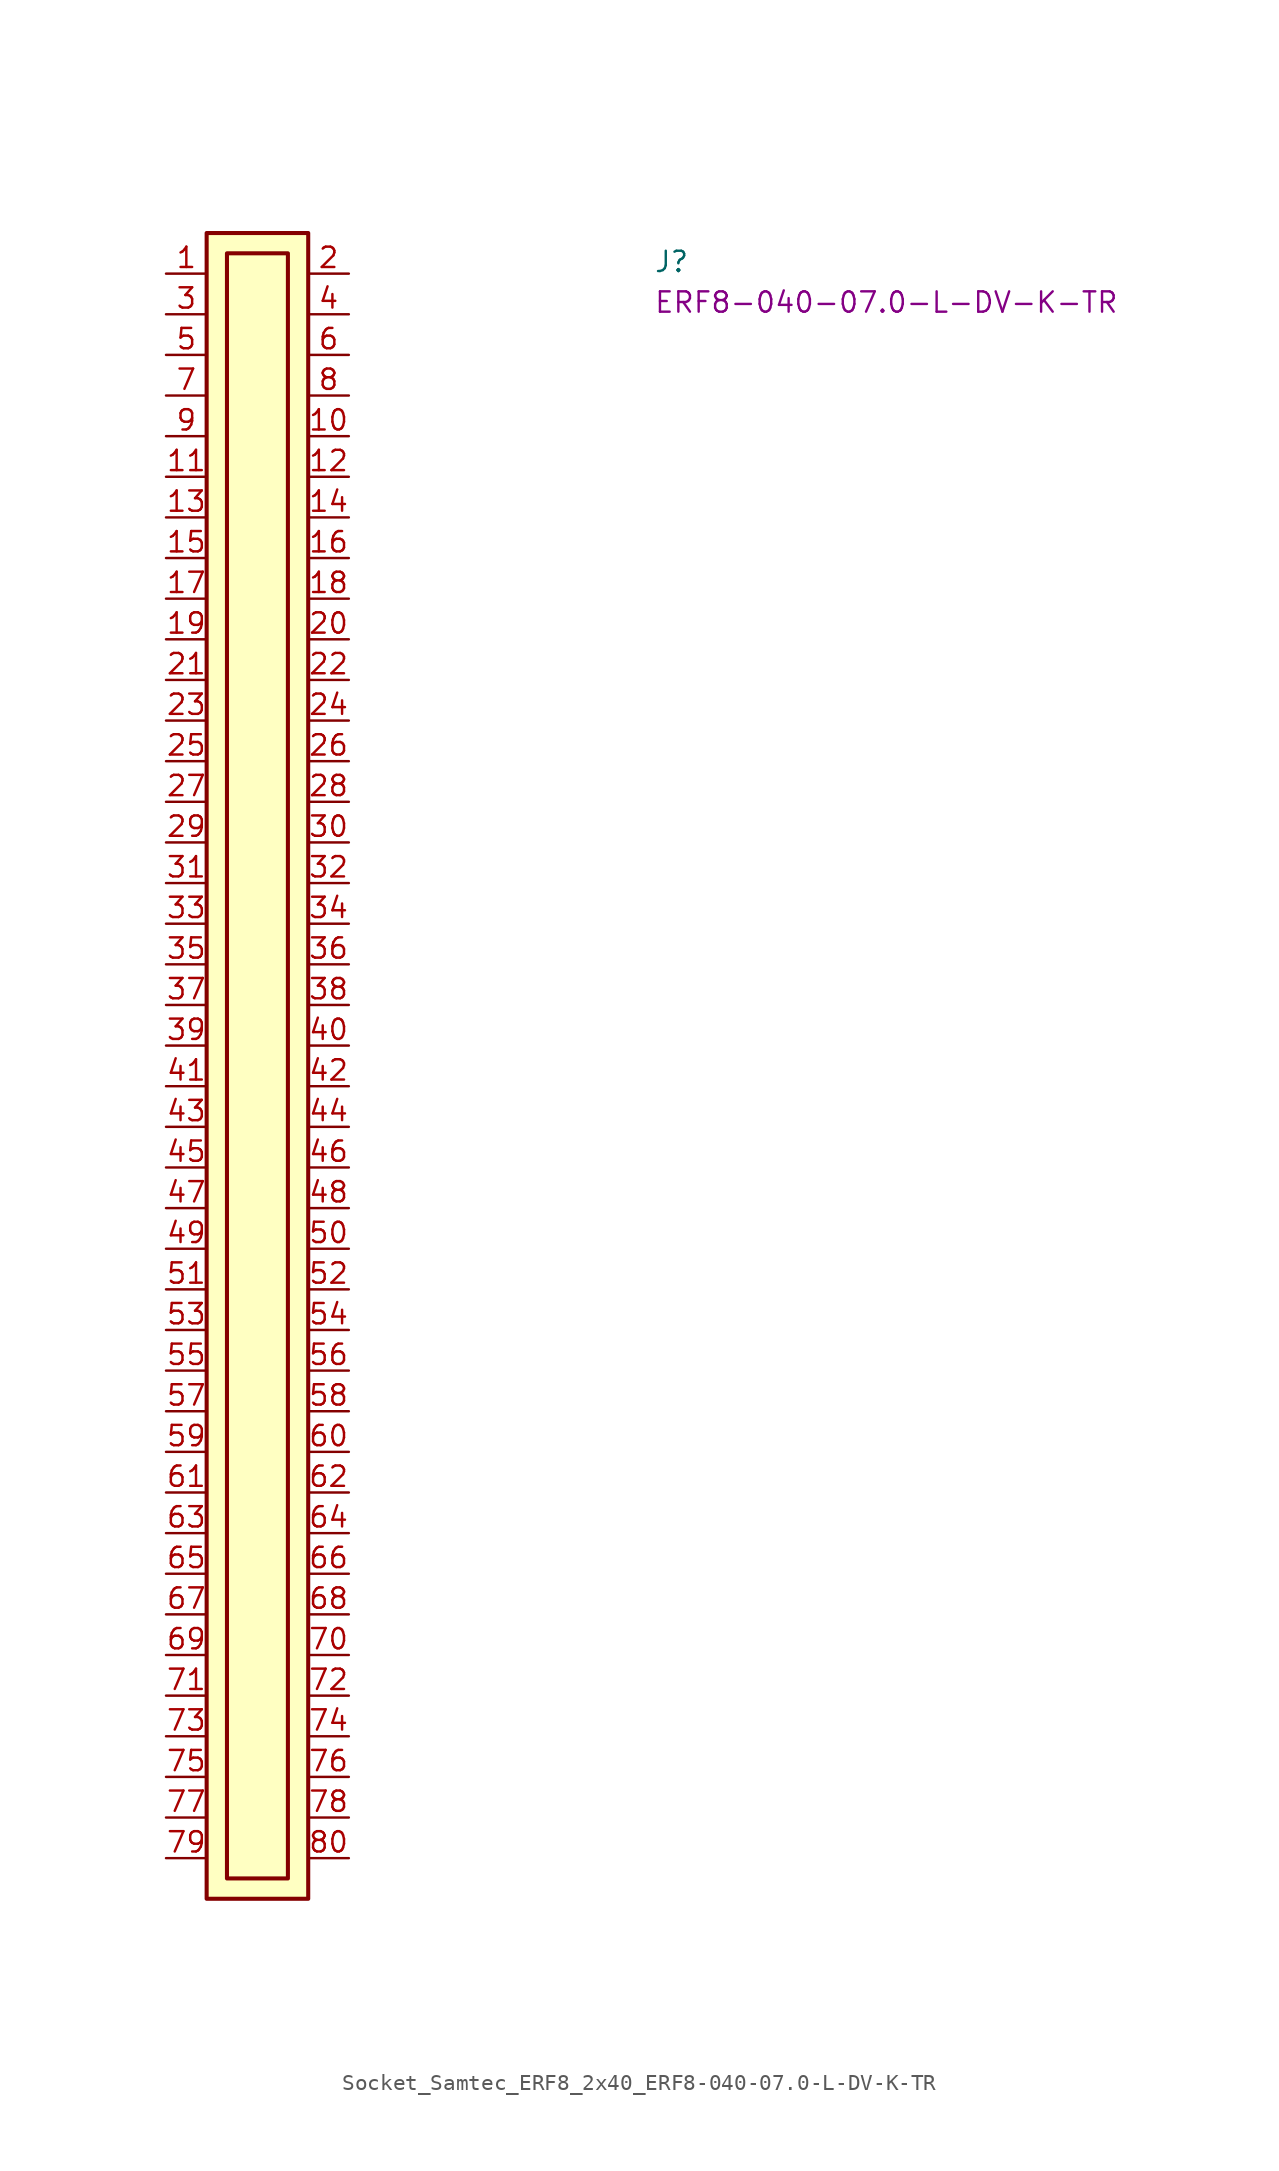
<source format=kicad_sym>
(kicad_symbol_lib
  (version 20220914)
  (generator kicad_symbol_editor)
  (symbol "Socket_Samtec_ERF8_2x40_ERF8-040-07.0-L-DV-K-TR"
    (pin_names hide)
    (property "Reference" "J"
      (at 30.48 0 0)
      (effects (font (size 1.27 1.27) (thickness 0.15)) (justify left bottom)))
    (property "MPN" "ERF8-040-07.0-L-DV-K-TR"
      (at 30.48 -2.54 0)
      (effects (font (size 1.27 1.27) (thickness 0.15)) (justify left bottom)))
    (symbol "Socket_Samtec_ERF8_2x40_ERF8-040-07.0-L-DV-K-TR_1_1"
      (rectangle (start 2.54 2.54) (end 8.89 -101.6) (stroke (width 0.254) (type default)) (fill (type background)))
      (rectangle (start 3.81 1.27) (end 7.62 -100.33) (stroke (width 0.254) (type default)) (fill (type background)))
      (pin passive line (at 0 0 0) (length 2.54) (name "~" (effects (font (size 1.27 1.27)))) (number "1" (effects (font (size 1.27 1.27)))))
      (pin passive line (at 11.43 -10.16 180) (length 2.54) (name "~" (effects (font (size 1.27 1.27)))) (number "10" (effects (font (size 1.27 1.27)))))
      (pin passive line (at 0 -12.7 0) (length 2.54) (name "~" (effects (font (size 1.27 1.27)))) (number "11" (effects (font (size 1.27 1.27)))))
      (pin passive line (at 11.43 -12.7 180) (length 2.54) (name "~" (effects (font (size 1.27 1.27)))) (number "12" (effects (font (size 1.27 1.27)))))
      (pin passive line (at 0 -15.24 0) (length 2.54) (name "~" (effects (font (size 1.27 1.27)))) (number "13" (effects (font (size 1.27 1.27)))))
      (pin passive line (at 11.43 -15.24 180) (length 2.54) (name "~" (effects (font (size 1.27 1.27)))) (number "14" (effects (font (size 1.27 1.27)))))
      (pin passive line (at 0 -17.78 0) (length 2.54) (name "~" (effects (font (size 1.27 1.27)))) (number "15" (effects (font (size 1.27 1.27)))))
      (pin passive line (at 11.43 -17.78 180) (length 2.54) (name "~" (effects (font (size 1.27 1.27)))) (number "16" (effects (font (size 1.27 1.27)))))
      (pin passive line (at 0 -20.32 0) (length 2.54) (name "~" (effects (font (size 1.27 1.27)))) (number "17" (effects (font (size 1.27 1.27)))))
      (pin passive line (at 11.43 -20.32 180) (length 2.54) (name "~" (effects (font (size 1.27 1.27)))) (number "18" (effects (font (size 1.27 1.27)))))
      (pin passive line (at 0 -22.86 0) (length 2.54) (name "~" (effects (font (size 1.27 1.27)))) (number "19" (effects (font (size 1.27 1.27)))))
      (pin passive line (at 11.43 0 180) (length 2.54) (name "~" (effects (font (size 1.27 1.27)))) (number "2" (effects (font (size 1.27 1.27)))))
      (pin passive line (at 11.43 -22.86 180) (length 2.54) (name "~" (effects (font (size 1.27 1.27)))) (number "20" (effects (font (size 1.27 1.27)))))
      (pin passive line (at 0 -25.4 0) (length 2.54) (name "~" (effects (font (size 1.27 1.27)))) (number "21" (effects (font (size 1.27 1.27)))))
      (pin passive line (at 11.43 -25.4 180) (length 2.54) (name "~" (effects (font (size 1.27 1.27)))) (number "22" (effects (font (size 1.27 1.27)))))
      (pin passive line (at 0 -27.94 0) (length 2.54) (name "~" (effects (font (size 1.27 1.27)))) (number "23" (effects (font (size 1.27 1.27)))))
      (pin passive line (at 11.43 -27.94 180) (length 2.54) (name "~" (effects (font (size 1.27 1.27)))) (number "24" (effects (font (size 1.27 1.27)))))
      (pin passive line (at 0 -30.48 0) (length 2.54) (name "~" (effects (font (size 1.27 1.27)))) (number "25" (effects (font (size 1.27 1.27)))))
      (pin passive line (at 11.43 -30.48 180) (length 2.54) (name "~" (effects (font (size 1.27 1.27)))) (number "26" (effects (font (size 1.27 1.27)))))
      (pin passive line (at 0 -33.02 0) (length 2.54) (name "~" (effects (font (size 1.27 1.27)))) (number "27" (effects (font (size 1.27 1.27)))))
      (pin passive line (at 11.43 -33.02 180) (length 2.54) (name "~" (effects (font (size 1.27 1.27)))) (number "28" (effects (font (size 1.27 1.27)))))
      (pin passive line (at 0 -35.56 0) (length 2.54) (name "~" (effects (font (size 1.27 1.27)))) (number "29" (effects (font (size 1.27 1.27)))))
      (pin passive line (at 0 -2.54 0) (length 2.54) (name "~" (effects (font (size 1.27 1.27)))) (number "3" (effects (font (size 1.27 1.27)))))
      (pin passive line (at 11.43 -35.56 180) (length 2.54) (name "~" (effects (font (size 1.27 1.27)))) (number "30" (effects (font (size 1.27 1.27)))))
      (pin passive line (at 0 -38.1 0) (length 2.54) (name "~" (effects (font (size 1.27 1.27)))) (number "31" (effects (font (size 1.27 1.27)))))
      (pin passive line (at 11.43 -38.1 180) (length 2.54) (name "~" (effects (font (size 1.27 1.27)))) (number "32" (effects (font (size 1.27 1.27)))))
      (pin passive line (at 0 -40.64 0) (length 2.54) (name "~" (effects (font (size 1.27 1.27)))) (number "33" (effects (font (size 1.27 1.27)))))
      (pin passive line (at 11.43 -40.64 180) (length 2.54) (name "~" (effects (font (size 1.27 1.27)))) (number "34" (effects (font (size 1.27 1.27)))))
      (pin passive line (at 0 -43.18 0) (length 2.54) (name "~" (effects (font (size 1.27 1.27)))) (number "35" (effects (font (size 1.27 1.27)))))
      (pin passive line (at 11.43 -43.18 180) (length 2.54) (name "~" (effects (font (size 1.27 1.27)))) (number "36" (effects (font (size 1.27 1.27)))))
      (pin passive line (at 0 -45.72 0) (length 2.54) (name "~" (effects (font (size 1.27 1.27)))) (number "37" (effects (font (size 1.27 1.27)))))
      (pin passive line (at 11.43 -45.72 180) (length 2.54) (name "~" (effects (font (size 1.27 1.27)))) (number "38" (effects (font (size 1.27 1.27)))))
      (pin passive line (at 0 -48.26 0) (length 2.54) (name "~" (effects (font (size 1.27 1.27)))) (number "39" (effects (font (size 1.27 1.27)))))
      (pin passive line (at 11.43 -2.54 180) (length 2.54) (name "~" (effects (font (size 1.27 1.27)))) (number "4" (effects (font (size 1.27 1.27)))))
      (pin passive line (at 11.43 -48.26 180) (length 2.54) (name "~" (effects (font (size 1.27 1.27)))) (number "40" (effects (font (size 1.27 1.27)))))
      (pin passive line (at 0 -50.8 0) (length 2.54) (name "~" (effects (font (size 1.27 1.27)))) (number "41" (effects (font (size 1.27 1.27)))))
      (pin passive line (at 11.43 -50.8 180) (length 2.54) (name "~" (effects (font (size 1.27 1.27)))) (number "42" (effects (font (size 1.27 1.27)))))
      (pin passive line (at 0 -53.34 0) (length 2.54) (name "~" (effects (font (size 1.27 1.27)))) (number "43" (effects (font (size 1.27 1.27)))))
      (pin passive line (at 11.43 -53.34 180) (length 2.54) (name "~" (effects (font (size 1.27 1.27)))) (number "44" (effects (font (size 1.27 1.27)))))
      (pin passive line (at 0 -55.88 0) (length 2.54) (name "~" (effects (font (size 1.27 1.27)))) (number "45" (effects (font (size 1.27 1.27)))))
      (pin passive line (at 11.43 -55.88 180) (length 2.54) (name "~" (effects (font (size 1.27 1.27)))) (number "46" (effects (font (size 1.27 1.27)))))
      (pin passive line (at 0 -58.42 0) (length 2.54) (name "~" (effects (font (size 1.27 1.27)))) (number "47" (effects (font (size 1.27 1.27)))))
      (pin passive line (at 11.43 -58.42 180) (length 2.54) (name "~" (effects (font (size 1.27 1.27)))) (number "48" (effects (font (size 1.27 1.27)))))
      (pin passive line (at 0 -60.96 0) (length 2.54) (name "~" (effects (font (size 1.27 1.27)))) (number "49" (effects (font (size 1.27 1.27)))))
      (pin passive line (at 0 -5.08 0) (length 2.54) (name "~" (effects (font (size 1.27 1.27)))) (number "5" (effects (font (size 1.27 1.27)))))
      (pin passive line (at 11.43 -60.96 180) (length 2.54) (name "~" (effects (font (size 1.27 1.27)))) (number "50" (effects (font (size 1.27 1.27)))))
      (pin passive line (at 0 -63.5 0) (length 2.54) (name "~" (effects (font (size 1.27 1.27)))) (number "51" (effects (font (size 1.27 1.27)))))
      (pin passive line (at 11.43 -63.5 180) (length 2.54) (name "~" (effects (font (size 1.27 1.27)))) (number "52" (effects (font (size 1.27 1.27)))))
      (pin passive line (at 0 -66.04 0) (length 2.54) (name "~" (effects (font (size 1.27 1.27)))) (number "53" (effects (font (size 1.27 1.27)))))
      (pin passive line (at 11.43 -66.04 180) (length 2.54) (name "~" (effects (font (size 1.27 1.27)))) (number "54" (effects (font (size 1.27 1.27)))))
      (pin passive line (at 0 -68.58 0) (length 2.54) (name "~" (effects (font (size 1.27 1.27)))) (number "55" (effects (font (size 1.27 1.27)))))
      (pin passive line (at 11.43 -68.58 180) (length 2.54) (name "~" (effects (font (size 1.27 1.27)))) (number "56" (effects (font (size 1.27 1.27)))))
      (pin passive line (at 0 -71.12 0) (length 2.54) (name "~" (effects (font (size 1.27 1.27)))) (number "57" (effects (font (size 1.27 1.27)))))
      (pin passive line (at 11.43 -71.12 180) (length 2.54) (name "~" (effects (font (size 1.27 1.27)))) (number "58" (effects (font (size 1.27 1.27)))))
      (pin passive line (at 0 -73.66 0) (length 2.54) (name "~" (effects (font (size 1.27 1.27)))) (number "59" (effects (font (size 1.27 1.27)))))
      (pin passive line (at 11.43 -5.08 180) (length 2.54) (name "~" (effects (font (size 1.27 1.27)))) (number "6" (effects (font (size 1.27 1.27)))))
      (pin passive line (at 11.43 -73.66 180) (length 2.54) (name "~" (effects (font (size 1.27 1.27)))) (number "60" (effects (font (size 1.27 1.27)))))
      (pin passive line (at 0 -76.2 0) (length 2.54) (name "~" (effects (font (size 1.27 1.27)))) (number "61" (effects (font (size 1.27 1.27)))))
      (pin passive line (at 11.43 -76.2 180) (length 2.54) (name "~" (effects (font (size 1.27 1.27)))) (number "62" (effects (font (size 1.27 1.27)))))
      (pin passive line (at 0 -78.74 0) (length 2.54) (name "~" (effects (font (size 1.27 1.27)))) (number "63" (effects (font (size 1.27 1.27)))))
      (pin passive line (at 11.43 -78.74 180) (length 2.54) (name "~" (effects (font (size 1.27 1.27)))) (number "64" (effects (font (size 1.27 1.27)))))
      (pin passive line (at 0 -81.28 0) (length 2.54) (name "~" (effects (font (size 1.27 1.27)))) (number "65" (effects (font (size 1.27 1.27)))))
      (pin passive line (at 11.43 -81.28 180) (length 2.54) (name "~" (effects (font (size 1.27 1.27)))) (number "66" (effects (font (size 1.27 1.27)))))
      (pin passive line (at 0 -83.82 0) (length 2.54) (name "~" (effects (font (size 1.27 1.27)))) (number "67" (effects (font (size 1.27 1.27)))))
      (pin passive line (at 11.43 -83.82 180) (length 2.54) (name "~" (effects (font (size 1.27 1.27)))) (number "68" (effects (font (size 1.27 1.27)))))
      (pin passive line (at 0 -86.36 0) (length 2.54) (name "~" (effects (font (size 1.27 1.27)))) (number "69" (effects (font (size 1.27 1.27)))))
      (pin passive line (at 0 -7.62 0) (length 2.54) (name "~" (effects (font (size 1.27 1.27)))) (number "7" (effects (font (size 1.27 1.27)))))
      (pin passive line (at 11.43 -86.36 180) (length 2.54) (name "~" (effects (font (size 1.27 1.27)))) (number "70" (effects (font (size 1.27 1.27)))))
      (pin passive line (at 0 -88.9 0) (length 2.54) (name "~" (effects (font (size 1.27 1.27)))) (number "71" (effects (font (size 1.27 1.27)))))
      (pin passive line (at 11.43 -88.9 180) (length 2.54) (name "~" (effects (font (size 1.27 1.27)))) (number "72" (effects (font (size 1.27 1.27)))))
      (pin passive line (at 0 -91.44 0) (length 2.54) (name "~" (effects (font (size 1.27 1.27)))) (number "73" (effects (font (size 1.27 1.27)))))
      (pin passive line (at 11.43 -91.44 180) (length 2.54) (name "~" (effects (font (size 1.27 1.27)))) (number "74" (effects (font (size 1.27 1.27)))))
      (pin passive line (at 0 -93.98 0) (length 2.54) (name "~" (effects (font (size 1.27 1.27)))) (number "75" (effects (font (size 1.27 1.27)))))
      (pin passive line (at 11.43 -93.98 180) (length 2.54) (name "~" (effects (font (size 1.27 1.27)))) (number "76" (effects (font (size 1.27 1.27)))))
      (pin passive line (at 0 -96.52 0) (length 2.54) (name "~" (effects (font (size 1.27 1.27)))) (number "77" (effects (font (size 1.27 1.27)))))
      (pin passive line (at 11.43 -96.52 180) (length 2.54) (name "~" (effects (font (size 1.27 1.27)))) (number "78" (effects (font (size 1.27 1.27)))))
      (pin passive line (at 0 -99.06 0) (length 2.54) (name "~" (effects (font (size 1.27 1.27)))) (number "79" (effects (font (size 1.27 1.27)))))
      (pin passive line (at 11.43 -7.62 180) (length 2.54) (name "~" (effects (font (size 1.27 1.27)))) (number "8" (effects (font (size 1.27 1.27)))))
      (pin passive line (at 11.43 -99.06 180) (length 2.54) (name "~" (effects (font (size 1.27 1.27)))) (number "80" (effects (font (size 1.27 1.27)))))
      (pin passive line (at 0 -10.16 0) (length 2.54) (name "~" (effects (font (size 1.27 1.27)))) (number "9" (effects (font (size 1.27 1.27))))))))
</source>
